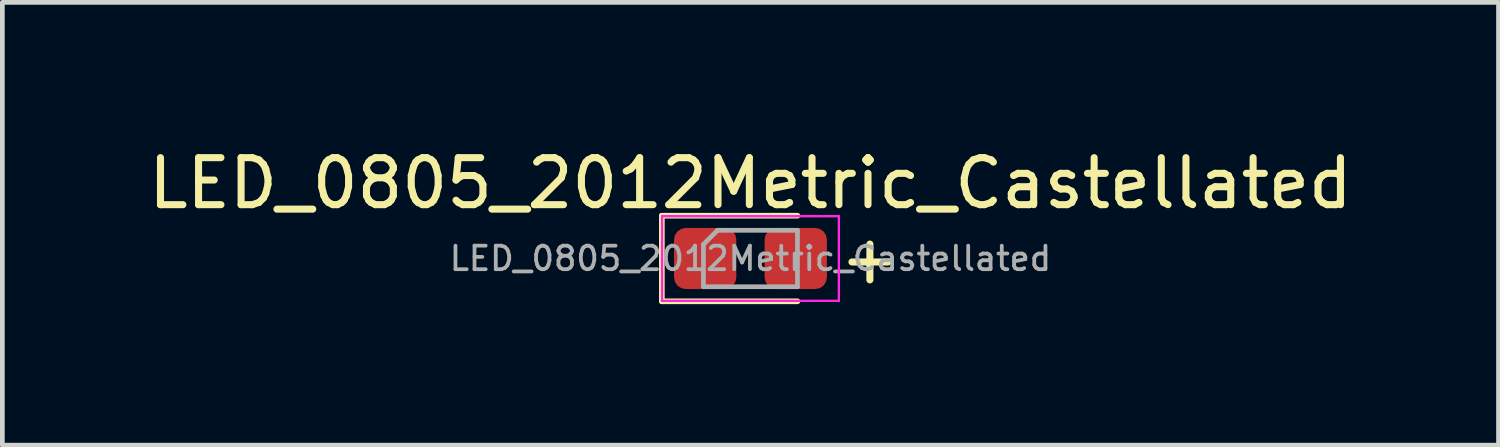
<source format=kicad_pcb>
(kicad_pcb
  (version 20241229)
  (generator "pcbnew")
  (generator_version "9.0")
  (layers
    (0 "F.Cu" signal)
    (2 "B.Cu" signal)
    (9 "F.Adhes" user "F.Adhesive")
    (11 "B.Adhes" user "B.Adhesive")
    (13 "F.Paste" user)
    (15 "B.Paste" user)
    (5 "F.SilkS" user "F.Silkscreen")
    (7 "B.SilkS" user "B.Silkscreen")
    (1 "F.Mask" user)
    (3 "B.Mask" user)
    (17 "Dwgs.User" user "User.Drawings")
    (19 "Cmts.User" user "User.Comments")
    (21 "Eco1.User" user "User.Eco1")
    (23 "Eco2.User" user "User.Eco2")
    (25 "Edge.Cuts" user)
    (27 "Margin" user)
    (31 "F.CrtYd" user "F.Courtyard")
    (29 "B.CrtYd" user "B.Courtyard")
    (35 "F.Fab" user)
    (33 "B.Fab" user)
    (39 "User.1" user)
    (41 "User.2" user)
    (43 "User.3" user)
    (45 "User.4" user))
  (footprint "LED_0805_2012Metric_Castellated"
    (layer "F.Cu")
    (at 12.911 2.448)
    (property "Reference" "LED_0805_2012Metric_Castellated" (at 0 -1.6 0) (layer "F.SilkS") (effects (font (size 1 1) (thickness 0.15))))
    (attr smd)
    (fp_line (start -1.885 -0.91) (end -1.885 0.91) (stroke (width 0.12) (type solid)) (layer "F.SilkS"))
    (fp_line (start -1.885 0.91) (end 1 0.91) (stroke (width 0.12) (type solid)) (layer "F.SilkS"))
    (fp_line (start 1 -0.91) (end -1.885 -0.91) (stroke (width 0.12) (type solid)) (layer "F.SilkS"))
    (fp_line (start -1.88 -0.9) (end 1.88 -0.9) (stroke (width 0.05) (type solid)) (layer "F.CrtYd"))
    (fp_line (start -1.88 0.9) (end -1.88 -0.9) (stroke (width 0.05) (type solid)) (layer "F.CrtYd"))
    (fp_line (start 1.88 -0.9) (end 1.88 0.9) (stroke (width 0.05) (type solid)) (layer "F.CrtYd"))
    (fp_line (start 1.88 0.9) (end -1.88 0.9) (stroke (width 0.05) (type solid)) (layer "F.CrtYd"))
    (fp_line (start -1 -0.3) (end -1 0.6) (stroke (width 0.1) (type solid)) (layer "F.Fab"))
    (fp_line (start -1 0.6) (end 1 0.6) (stroke (width 0.1) (type solid)) (layer "F.Fab"))
    (fp_line (start -0.7 -0.6) (end -1 -0.3) (stroke (width 0.1) (type solid)) (layer "F.Fab"))
    (fp_line (start 1 -0.6) (end -0.7 -0.6) (stroke (width 0.1) (type solid)) (layer "F.Fab"))
    (fp_line (start 1 0.6) (end 1 -0.6) (stroke (width 0.1) (type solid)) (layer "F.Fab"))
    (fp_text user "+" (at 2.54 0 0) (unlocked yes) (layer "F.SilkS") (effects (font (size 1 1) (thickness 0.15))))
    (fp_text user "${REFERENCE}" (at 0 0 0) (layer "F.Fab") (effects (font (size 0.5 0.5) (thickness 0.08))))
    (pad "1" smd roundrect (at -0.963 0) (size 1.325 1.3) (layers "F.Cu" "F.Mask" "F.Paste") (roundrect_rratio 0.192))
    (pad "2" smd roundrect (at 0.963 0) (size 1.325 1.3) (layers "F.Cu" "F.Mask" "F.Paste") (roundrect_rratio 0.192)))
  (gr_rect
    (start -3 -3)
    (end 28.821 6.418)
    (stroke (width 0.1) (type default))
    (fill no)
    (layer "Edge.Cuts")))
</source>
